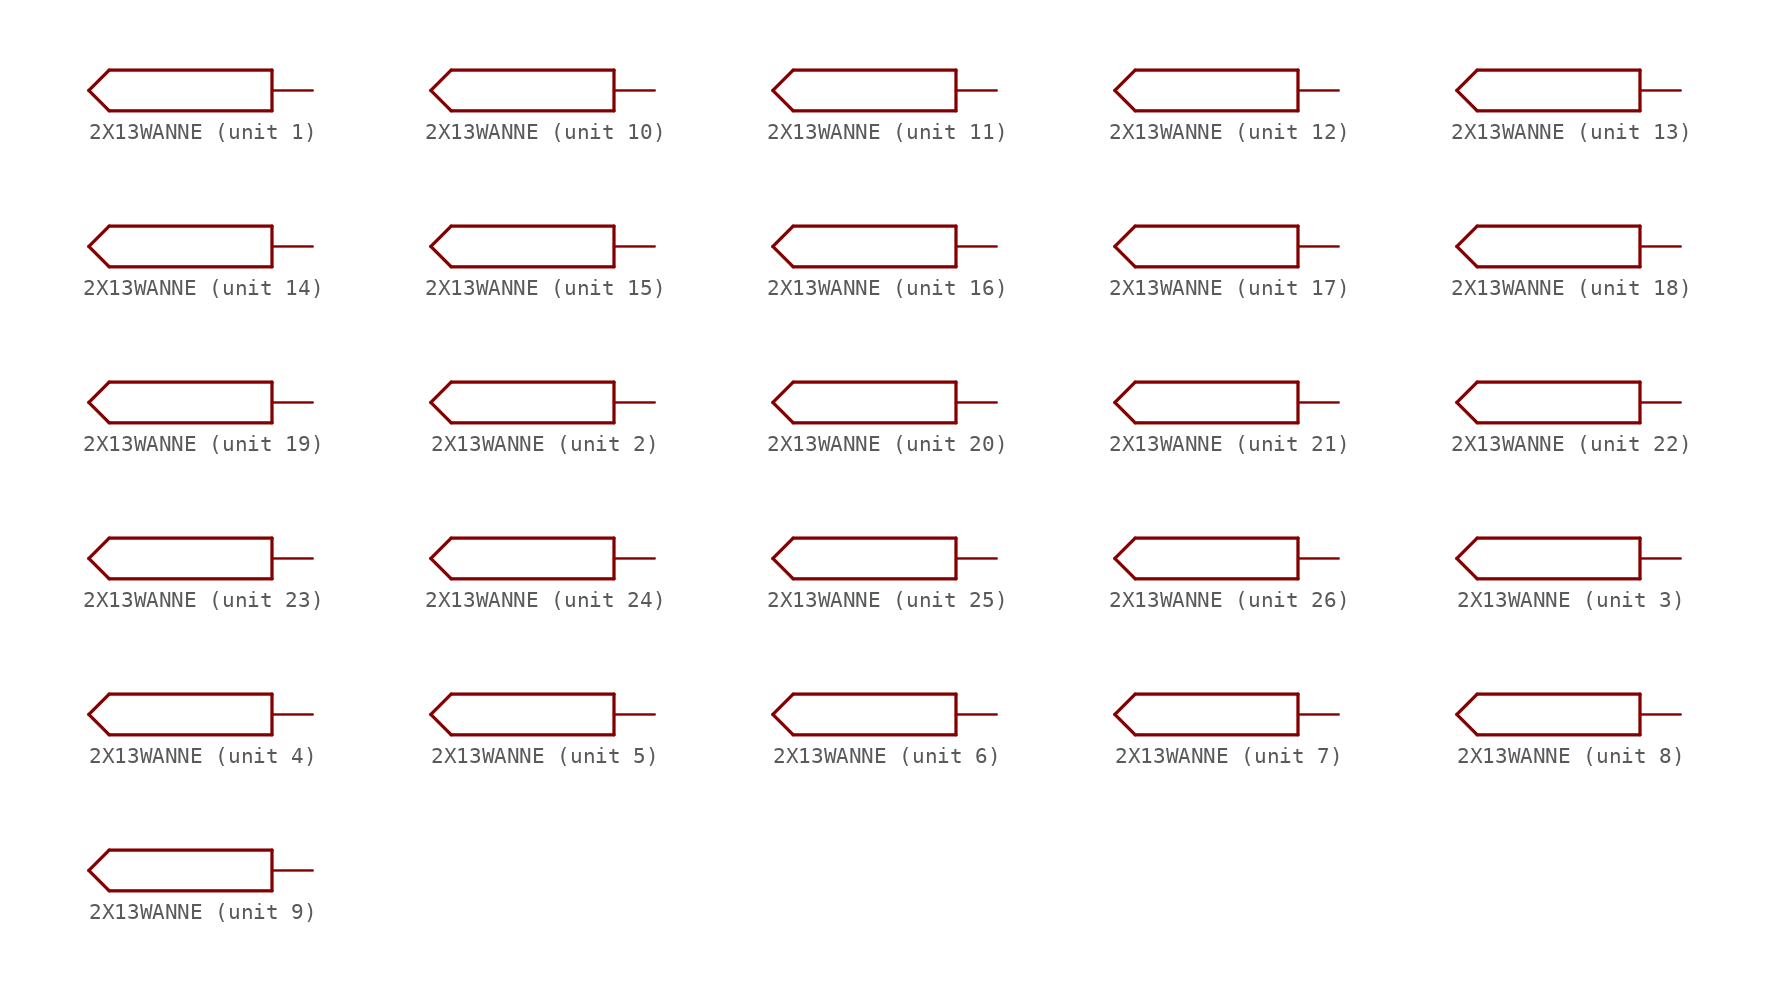
<source format=kicad_sym>
(kicad_symbol_lib
  (version 20241209)
  (generator "kicad_symbol_editor")
  (generator_version "9.0")
  (symbol "2X13WANNE"
    (property "Reference" "J"
      (at -12.065 -0.953 0)
      (effects (font (size 1.778 1.511)) (justify left bottom) (hide yes)))
    (property "ki_locked" ""
      (at 0 0 0)
      (effects (font (size 1.27 1.27))))
    (symbol "2X13WANNE_1_0"
      (polyline (pts (xy -13.97 0) (xy -12.7 -1.27)) (stroke (width 0.203) (type solid)) (fill (type none)))
      (polyline (pts (xy -12.7 1.27) (xy -13.97 0)) (stroke (width 0.203) (type solid)) (fill (type none)))
      (polyline (pts (xy -12.7 -1.27) (xy -2.54 -1.27)) (stroke (width 0.203) (type solid)) (fill (type none)))
      (polyline (pts (xy -2.54 1.27) (xy -12.7 1.27)) (stroke (width 0.203) (type solid)) (fill (type none)))
      (polyline (pts (xy -2.54 -1.27) (xy -2.54 1.27)) (stroke (width 0.203) (type solid)) (fill (type none)))
      (pin bidirectional line (at 0 0 180) (length 2.54) (name "1" (effects (font (size 0 0)))) (number "1" (effects (font (size 0 0))))))
    (symbol "2X13WANNE_2_0"
      (polyline (pts (xy -13.97 0) (xy -12.7 -1.27)) (stroke (width 0.203) (type solid)) (fill (type none)))
      (polyline (pts (xy -12.7 1.27) (xy -13.97 0)) (stroke (width 0.203) (type solid)) (fill (type none)))
      (polyline (pts (xy -12.7 -1.27) (xy -2.54 -1.27)) (stroke (width 0.203) (type solid)) (fill (type none)))
      (polyline (pts (xy -2.54 1.27) (xy -12.7 1.27)) (stroke (width 0.203) (type solid)) (fill (type none)))
      (polyline (pts (xy -2.54 -1.27) (xy -2.54 1.27)) (stroke (width 0.203) (type solid)) (fill (type none)))
      (pin bidirectional line (at 0 0 180) (length 2.54) (name "1" (effects (font (size 0 0)))) (number "10" (effects (font (size 0 0))))))
    (symbol "2X13WANNE_3_0"
      (polyline (pts (xy -13.97 0) (xy -12.7 -1.27)) (stroke (width 0.203) (type solid)) (fill (type none)))
      (polyline (pts (xy -12.7 1.27) (xy -13.97 0)) (stroke (width 0.203) (type solid)) (fill (type none)))
      (polyline (pts (xy -12.7 -1.27) (xy -2.54 -1.27)) (stroke (width 0.203) (type solid)) (fill (type none)))
      (polyline (pts (xy -2.54 1.27) (xy -12.7 1.27)) (stroke (width 0.203) (type solid)) (fill (type none)))
      (polyline (pts (xy -2.54 -1.27) (xy -2.54 1.27)) (stroke (width 0.203) (type solid)) (fill (type none)))
      (pin bidirectional line (at 0 0 180) (length 2.54) (name "1" (effects (font (size 0 0)))) (number "11" (effects (font (size 0 0))))))
    (symbol "2X13WANNE_4_0"
      (polyline (pts (xy -13.97 0) (xy -12.7 -1.27)) (stroke (width 0.203) (type solid)) (fill (type none)))
      (polyline (pts (xy -12.7 1.27) (xy -13.97 0)) (stroke (width 0.203) (type solid)) (fill (type none)))
      (polyline (pts (xy -12.7 -1.27) (xy -2.54 -1.27)) (stroke (width 0.203) (type solid)) (fill (type none)))
      (polyline (pts (xy -2.54 1.27) (xy -12.7 1.27)) (stroke (width 0.203) (type solid)) (fill (type none)))
      (polyline (pts (xy -2.54 -1.27) (xy -2.54 1.27)) (stroke (width 0.203) (type solid)) (fill (type none)))
      (pin bidirectional line (at 0 0 180) (length 2.54) (name "1" (effects (font (size 0 0)))) (number "12" (effects (font (size 0 0))))))
    (symbol "2X13WANNE_5_0"
      (polyline (pts (xy -13.97 0) (xy -12.7 -1.27)) (stroke (width 0.203) (type solid)) (fill (type none)))
      (polyline (pts (xy -12.7 1.27) (xy -13.97 0)) (stroke (width 0.203) (type solid)) (fill (type none)))
      (polyline (pts (xy -12.7 -1.27) (xy -2.54 -1.27)) (stroke (width 0.203) (type solid)) (fill (type none)))
      (polyline (pts (xy -2.54 1.27) (xy -12.7 1.27)) (stroke (width 0.203) (type solid)) (fill (type none)))
      (polyline (pts (xy -2.54 -1.27) (xy -2.54 1.27)) (stroke (width 0.203) (type solid)) (fill (type none)))
      (pin bidirectional line (at 0 0 180) (length 2.54) (name "1" (effects (font (size 0 0)))) (number "13" (effects (font (size 0 0))))))
    (symbol "2X13WANNE_6_0"
      (polyline (pts (xy -13.97 0) (xy -12.7 -1.27)) (stroke (width 0.203) (type solid)) (fill (type none)))
      (polyline (pts (xy -12.7 1.27) (xy -13.97 0)) (stroke (width 0.203) (type solid)) (fill (type none)))
      (polyline (pts (xy -12.7 -1.27) (xy -2.54 -1.27)) (stroke (width 0.203) (type solid)) (fill (type none)))
      (polyline (pts (xy -2.54 1.27) (xy -12.7 1.27)) (stroke (width 0.203) (type solid)) (fill (type none)))
      (polyline (pts (xy -2.54 -1.27) (xy -2.54 1.27)) (stroke (width 0.203) (type solid)) (fill (type none)))
      (pin bidirectional line (at 0 0 180) (length 2.54) (name "1" (effects (font (size 0 0)))) (number "14" (effects (font (size 0 0))))))
    (symbol "2X13WANNE_7_0"
      (polyline (pts (xy -13.97 0) (xy -12.7 -1.27)) (stroke (width 0.203) (type solid)) (fill (type none)))
      (polyline (pts (xy -12.7 1.27) (xy -13.97 0)) (stroke (width 0.203) (type solid)) (fill (type none)))
      (polyline (pts (xy -12.7 -1.27) (xy -2.54 -1.27)) (stroke (width 0.203) (type solid)) (fill (type none)))
      (polyline (pts (xy -2.54 1.27) (xy -12.7 1.27)) (stroke (width 0.203) (type solid)) (fill (type none)))
      (polyline (pts (xy -2.54 -1.27) (xy -2.54 1.27)) (stroke (width 0.203) (type solid)) (fill (type none)))
      (pin bidirectional line (at 0 0 180) (length 2.54) (name "1" (effects (font (size 0 0)))) (number "15" (effects (font (size 0 0))))))
    (symbol "2X13WANNE_8_0"
      (polyline (pts (xy -13.97 0) (xy -12.7 -1.27)) (stroke (width 0.203) (type solid)) (fill (type none)))
      (polyline (pts (xy -12.7 1.27) (xy -13.97 0)) (stroke (width 0.203) (type solid)) (fill (type none)))
      (polyline (pts (xy -12.7 -1.27) (xy -2.54 -1.27)) (stroke (width 0.203) (type solid)) (fill (type none)))
      (polyline (pts (xy -2.54 1.27) (xy -12.7 1.27)) (stroke (width 0.203) (type solid)) (fill (type none)))
      (polyline (pts (xy -2.54 -1.27) (xy -2.54 1.27)) (stroke (width 0.203) (type solid)) (fill (type none)))
      (pin bidirectional line (at 0 0 180) (length 2.54) (name "1" (effects (font (size 0 0)))) (number "16" (effects (font (size 0 0))))))
    (symbol "2X13WANNE_9_0"
      (polyline (pts (xy -13.97 0) (xy -12.7 -1.27)) (stroke (width 0.203) (type solid)) (fill (type none)))
      (polyline (pts (xy -12.7 1.27) (xy -13.97 0)) (stroke (width 0.203) (type solid)) (fill (type none)))
      (polyline (pts (xy -12.7 -1.27) (xy -2.54 -1.27)) (stroke (width 0.203) (type solid)) (fill (type none)))
      (polyline (pts (xy -2.54 1.27) (xy -12.7 1.27)) (stroke (width 0.203) (type solid)) (fill (type none)))
      (polyline (pts (xy -2.54 -1.27) (xy -2.54 1.27)) (stroke (width 0.203) (type solid)) (fill (type none)))
      (pin bidirectional line (at 0 0 180) (length 2.54) (name "1" (effects (font (size 0 0)))) (number "17" (effects (font (size 0 0))))))
    (symbol "2X13WANNE_10_0"
      (polyline (pts (xy -13.97 0) (xy -12.7 -1.27)) (stroke (width 0.203) (type solid)) (fill (type none)))
      (polyline (pts (xy -12.7 1.27) (xy -13.97 0)) (stroke (width 0.203) (type solid)) (fill (type none)))
      (polyline (pts (xy -12.7 -1.27) (xy -2.54 -1.27)) (stroke (width 0.203) (type solid)) (fill (type none)))
      (polyline (pts (xy -2.54 1.27) (xy -12.7 1.27)) (stroke (width 0.203) (type solid)) (fill (type none)))
      (polyline (pts (xy -2.54 -1.27) (xy -2.54 1.27)) (stroke (width 0.203) (type solid)) (fill (type none)))
      (pin bidirectional line (at 0 0 180) (length 2.54) (name "1" (effects (font (size 0 0)))) (number "18" (effects (font (size 0 0))))))
    (symbol "2X13WANNE_11_0"
      (polyline (pts (xy -13.97 0) (xy -12.7 -1.27)) (stroke (width 0.203) (type solid)) (fill (type none)))
      (polyline (pts (xy -12.7 1.27) (xy -13.97 0)) (stroke (width 0.203) (type solid)) (fill (type none)))
      (polyline (pts (xy -12.7 -1.27) (xy -2.54 -1.27)) (stroke (width 0.203) (type solid)) (fill (type none)))
      (polyline (pts (xy -2.54 1.27) (xy -12.7 1.27)) (stroke (width 0.203) (type solid)) (fill (type none)))
      (polyline (pts (xy -2.54 -1.27) (xy -2.54 1.27)) (stroke (width 0.203) (type solid)) (fill (type none)))
      (pin bidirectional line (at 0 0 180) (length 2.54) (name "1" (effects (font (size 0 0)))) (number "19" (effects (font (size 0 0))))))
    (symbol "2X13WANNE_12_0"
      (polyline (pts (xy -13.97 0) (xy -12.7 -1.27)) (stroke (width 0.203) (type solid)) (fill (type none)))
      (polyline (pts (xy -12.7 1.27) (xy -13.97 0)) (stroke (width 0.203) (type solid)) (fill (type none)))
      (polyline (pts (xy -12.7 -1.27) (xy -2.54 -1.27)) (stroke (width 0.203) (type solid)) (fill (type none)))
      (polyline (pts (xy -2.54 1.27) (xy -12.7 1.27)) (stroke (width 0.203) (type solid)) (fill (type none)))
      (polyline (pts (xy -2.54 -1.27) (xy -2.54 1.27)) (stroke (width 0.203) (type solid)) (fill (type none)))
      (pin bidirectional line (at 0 0 180) (length 2.54) (name "1" (effects (font (size 0 0)))) (number "2" (effects (font (size 0 0))))))
    (symbol "2X13WANNE_13_0"
      (polyline (pts (xy -13.97 0) (xy -12.7 -1.27)) (stroke (width 0.203) (type solid)) (fill (type none)))
      (polyline (pts (xy -12.7 1.27) (xy -13.97 0)) (stroke (width 0.203) (type solid)) (fill (type none)))
      (polyline (pts (xy -12.7 -1.27) (xy -2.54 -1.27)) (stroke (width 0.203) (type solid)) (fill (type none)))
      (polyline (pts (xy -2.54 1.27) (xy -12.7 1.27)) (stroke (width 0.203) (type solid)) (fill (type none)))
      (polyline (pts (xy -2.54 -1.27) (xy -2.54 1.27)) (stroke (width 0.203) (type solid)) (fill (type none)))
      (pin bidirectional line (at 0 0 180) (length 2.54) (name "1" (effects (font (size 0 0)))) (number "20" (effects (font (size 0 0))))))
    (symbol "2X13WANNE_14_0"
      (polyline (pts (xy -13.97 0) (xy -12.7 -1.27)) (stroke (width 0.203) (type solid)) (fill (type none)))
      (polyline (pts (xy -12.7 1.27) (xy -13.97 0)) (stroke (width 0.203) (type solid)) (fill (type none)))
      (polyline (pts (xy -12.7 -1.27) (xy -2.54 -1.27)) (stroke (width 0.203) (type solid)) (fill (type none)))
      (polyline (pts (xy -2.54 1.27) (xy -12.7 1.27)) (stroke (width 0.203) (type solid)) (fill (type none)))
      (polyline (pts (xy -2.54 -1.27) (xy -2.54 1.27)) (stroke (width 0.203) (type solid)) (fill (type none)))
      (pin bidirectional line (at 0 0 180) (length 2.54) (name "1" (effects (font (size 0 0)))) (number "21" (effects (font (size 0 0))))))
    (symbol "2X13WANNE_15_0"
      (polyline (pts (xy -13.97 0) (xy -12.7 -1.27)) (stroke (width 0.203) (type solid)) (fill (type none)))
      (polyline (pts (xy -12.7 1.27) (xy -13.97 0)) (stroke (width 0.203) (type solid)) (fill (type none)))
      (polyline (pts (xy -12.7 -1.27) (xy -2.54 -1.27)) (stroke (width 0.203) (type solid)) (fill (type none)))
      (polyline (pts (xy -2.54 1.27) (xy -12.7 1.27)) (stroke (width 0.203) (type solid)) (fill (type none)))
      (polyline (pts (xy -2.54 -1.27) (xy -2.54 1.27)) (stroke (width 0.203) (type solid)) (fill (type none)))
      (pin bidirectional line (at 0 0 180) (length 2.54) (name "1" (effects (font (size 0 0)))) (number "22" (effects (font (size 0 0))))))
    (symbol "2X13WANNE_16_0"
      (polyline (pts (xy -13.97 0) (xy -12.7 -1.27)) (stroke (width 0.203) (type solid)) (fill (type none)))
      (polyline (pts (xy -12.7 1.27) (xy -13.97 0)) (stroke (width 0.203) (type solid)) (fill (type none)))
      (polyline (pts (xy -12.7 -1.27) (xy -2.54 -1.27)) (stroke (width 0.203) (type solid)) (fill (type none)))
      (polyline (pts (xy -2.54 1.27) (xy -12.7 1.27)) (stroke (width 0.203) (type solid)) (fill (type none)))
      (polyline (pts (xy -2.54 -1.27) (xy -2.54 1.27)) (stroke (width 0.203) (type solid)) (fill (type none)))
      (pin bidirectional line (at 0 0 180) (length 2.54) (name "1" (effects (font (size 0 0)))) (number "23" (effects (font (size 0 0))))))
    (symbol "2X13WANNE_17_0"
      (polyline (pts (xy -13.97 0) (xy -12.7 -1.27)) (stroke (width 0.203) (type solid)) (fill (type none)))
      (polyline (pts (xy -12.7 1.27) (xy -13.97 0)) (stroke (width 0.203) (type solid)) (fill (type none)))
      (polyline (pts (xy -12.7 -1.27) (xy -2.54 -1.27)) (stroke (width 0.203) (type solid)) (fill (type none)))
      (polyline (pts (xy -2.54 1.27) (xy -12.7 1.27)) (stroke (width 0.203) (type solid)) (fill (type none)))
      (polyline (pts (xy -2.54 -1.27) (xy -2.54 1.27)) (stroke (width 0.203) (type solid)) (fill (type none)))
      (pin bidirectional line (at 0 0 180) (length 2.54) (name "1" (effects (font (size 0 0)))) (number "24" (effects (font (size 0 0))))))
    (symbol "2X13WANNE_18_0"
      (polyline (pts (xy -13.97 0) (xy -12.7 -1.27)) (stroke (width 0.203) (type solid)) (fill (type none)))
      (polyline (pts (xy -12.7 1.27) (xy -13.97 0)) (stroke (width 0.203) (type solid)) (fill (type none)))
      (polyline (pts (xy -12.7 -1.27) (xy -2.54 -1.27)) (stroke (width 0.203) (type solid)) (fill (type none)))
      (polyline (pts (xy -2.54 1.27) (xy -12.7 1.27)) (stroke (width 0.203) (type solid)) (fill (type none)))
      (polyline (pts (xy -2.54 -1.27) (xy -2.54 1.27)) (stroke (width 0.203) (type solid)) (fill (type none)))
      (pin bidirectional line (at 0 0 180) (length 2.54) (name "1" (effects (font (size 0 0)))) (number "25" (effects (font (size 0 0))))))
    (symbol "2X13WANNE_19_0"
      (polyline (pts (xy -13.97 0) (xy -12.7 -1.27)) (stroke (width 0.203) (type solid)) (fill (type none)))
      (polyline (pts (xy -12.7 1.27) (xy -13.97 0)) (stroke (width 0.203) (type solid)) (fill (type none)))
      (polyline (pts (xy -12.7 -1.27) (xy -2.54 -1.27)) (stroke (width 0.203) (type solid)) (fill (type none)))
      (polyline (pts (xy -2.54 1.27) (xy -12.7 1.27)) (stroke (width 0.203) (type solid)) (fill (type none)))
      (polyline (pts (xy -2.54 -1.27) (xy -2.54 1.27)) (stroke (width 0.203) (type solid)) (fill (type none)))
      (pin bidirectional line (at 0 0 180) (length 2.54) (name "1" (effects (font (size 0 0)))) (number "26" (effects (font (size 0 0))))))
    (symbol "2X13WANNE_20_0"
      (polyline (pts (xy -13.97 0) (xy -12.7 -1.27)) (stroke (width 0.203) (type solid)) (fill (type none)))
      (polyline (pts (xy -12.7 1.27) (xy -13.97 0)) (stroke (width 0.203) (type solid)) (fill (type none)))
      (polyline (pts (xy -12.7 -1.27) (xy -2.54 -1.27)) (stroke (width 0.203) (type solid)) (fill (type none)))
      (polyline (pts (xy -2.54 1.27) (xy -12.7 1.27)) (stroke (width 0.203) (type solid)) (fill (type none)))
      (polyline (pts (xy -2.54 -1.27) (xy -2.54 1.27)) (stroke (width 0.203) (type solid)) (fill (type none)))
      (pin bidirectional line (at 0 0 180) (length 2.54) (name "1" (effects (font (size 0 0)))) (number "3" (effects (font (size 0 0))))))
    (symbol "2X13WANNE_21_0"
      (polyline (pts (xy -13.97 0) (xy -12.7 -1.27)) (stroke (width 0.203) (type solid)) (fill (type none)))
      (polyline (pts (xy -12.7 1.27) (xy -13.97 0)) (stroke (width 0.203) (type solid)) (fill (type none)))
      (polyline (pts (xy -12.7 -1.27) (xy -2.54 -1.27)) (stroke (width 0.203) (type solid)) (fill (type none)))
      (polyline (pts (xy -2.54 1.27) (xy -12.7 1.27)) (stroke (width 0.203) (type solid)) (fill (type none)))
      (polyline (pts (xy -2.54 -1.27) (xy -2.54 1.27)) (stroke (width 0.203) (type solid)) (fill (type none)))
      (pin bidirectional line (at 0 0 180) (length 2.54) (name "1" (effects (font (size 0 0)))) (number "4" (effects (font (size 0 0))))))
    (symbol "2X13WANNE_22_0"
      (polyline (pts (xy -13.97 0) (xy -12.7 -1.27)) (stroke (width 0.203) (type solid)) (fill (type none)))
      (polyline (pts (xy -12.7 1.27) (xy -13.97 0)) (stroke (width 0.203) (type solid)) (fill (type none)))
      (polyline (pts (xy -12.7 -1.27) (xy -2.54 -1.27)) (stroke (width 0.203) (type solid)) (fill (type none)))
      (polyline (pts (xy -2.54 1.27) (xy -12.7 1.27)) (stroke (width 0.203) (type solid)) (fill (type none)))
      (polyline (pts (xy -2.54 -1.27) (xy -2.54 1.27)) (stroke (width 0.203) (type solid)) (fill (type none)))
      (pin bidirectional line (at 0 0 180) (length 2.54) (name "1" (effects (font (size 0 0)))) (number "5" (effects (font (size 0 0))))))
    (symbol "2X13WANNE_23_0"
      (polyline (pts (xy -13.97 0) (xy -12.7 -1.27)) (stroke (width 0.203) (type solid)) (fill (type none)))
      (polyline (pts (xy -12.7 1.27) (xy -13.97 0)) (stroke (width 0.203) (type solid)) (fill (type none)))
      (polyline (pts (xy -12.7 -1.27) (xy -2.54 -1.27)) (stroke (width 0.203) (type solid)) (fill (type none)))
      (polyline (pts (xy -2.54 1.27) (xy -12.7 1.27)) (stroke (width 0.203) (type solid)) (fill (type none)))
      (polyline (pts (xy -2.54 -1.27) (xy -2.54 1.27)) (stroke (width 0.203) (type solid)) (fill (type none)))
      (pin bidirectional line (at 0 0 180) (length 2.54) (name "1" (effects (font (size 0 0)))) (number "6" (effects (font (size 0 0))))))
    (symbol "2X13WANNE_24_0"
      (polyline (pts (xy -13.97 0) (xy -12.7 -1.27)) (stroke (width 0.203) (type solid)) (fill (type none)))
      (polyline (pts (xy -12.7 1.27) (xy -13.97 0)) (stroke (width 0.203) (type solid)) (fill (type none)))
      (polyline (pts (xy -12.7 -1.27) (xy -2.54 -1.27)) (stroke (width 0.203) (type solid)) (fill (type none)))
      (polyline (pts (xy -2.54 1.27) (xy -12.7 1.27)) (stroke (width 0.203) (type solid)) (fill (type none)))
      (polyline (pts (xy -2.54 -1.27) (xy -2.54 1.27)) (stroke (width 0.203) (type solid)) (fill (type none)))
      (pin bidirectional line (at 0 0 180) (length 2.54) (name "1" (effects (font (size 0 0)))) (number "7" (effects (font (size 0 0))))))
    (symbol "2X13WANNE_25_0"
      (polyline (pts (xy -13.97 0) (xy -12.7 -1.27)) (stroke (width 0.203) (type solid)) (fill (type none)))
      (polyline (pts (xy -12.7 1.27) (xy -13.97 0)) (stroke (width 0.203) (type solid)) (fill (type none)))
      (polyline (pts (xy -12.7 -1.27) (xy -2.54 -1.27)) (stroke (width 0.203) (type solid)) (fill (type none)))
      (polyline (pts (xy -2.54 1.27) (xy -12.7 1.27)) (stroke (width 0.203) (type solid)) (fill (type none)))
      (polyline (pts (xy -2.54 -1.27) (xy -2.54 1.27)) (stroke (width 0.203) (type solid)) (fill (type none)))
      (pin bidirectional line (at 0 0 180) (length 2.54) (name "1" (effects (font (size 0 0)))) (number "8" (effects (font (size 0 0))))))
    (symbol "2X13WANNE_26_0"
      (polyline (pts (xy -13.97 0) (xy -12.7 -1.27)) (stroke (width 0.203) (type solid)) (fill (type none)))
      (polyline (pts (xy -12.7 1.27) (xy -13.97 0)) (stroke (width 0.203) (type solid)) (fill (type none)))
      (polyline (pts (xy -12.7 -1.27) (xy -2.54 -1.27)) (stroke (width 0.203) (type solid)) (fill (type none)))
      (polyline (pts (xy -2.54 1.27) (xy -12.7 1.27)) (stroke (width 0.203) (type solid)) (fill (type none)))
      (polyline (pts (xy -2.54 -1.27) (xy -2.54 1.27)) (stroke (width 0.203) (type solid)) (fill (type none)))
      (pin bidirectional line (at 0 0 180) (length 2.54) (name "1" (effects (font (size 0 0)))) (number "9" (effects (font (size 0 0))))))))
</source>
